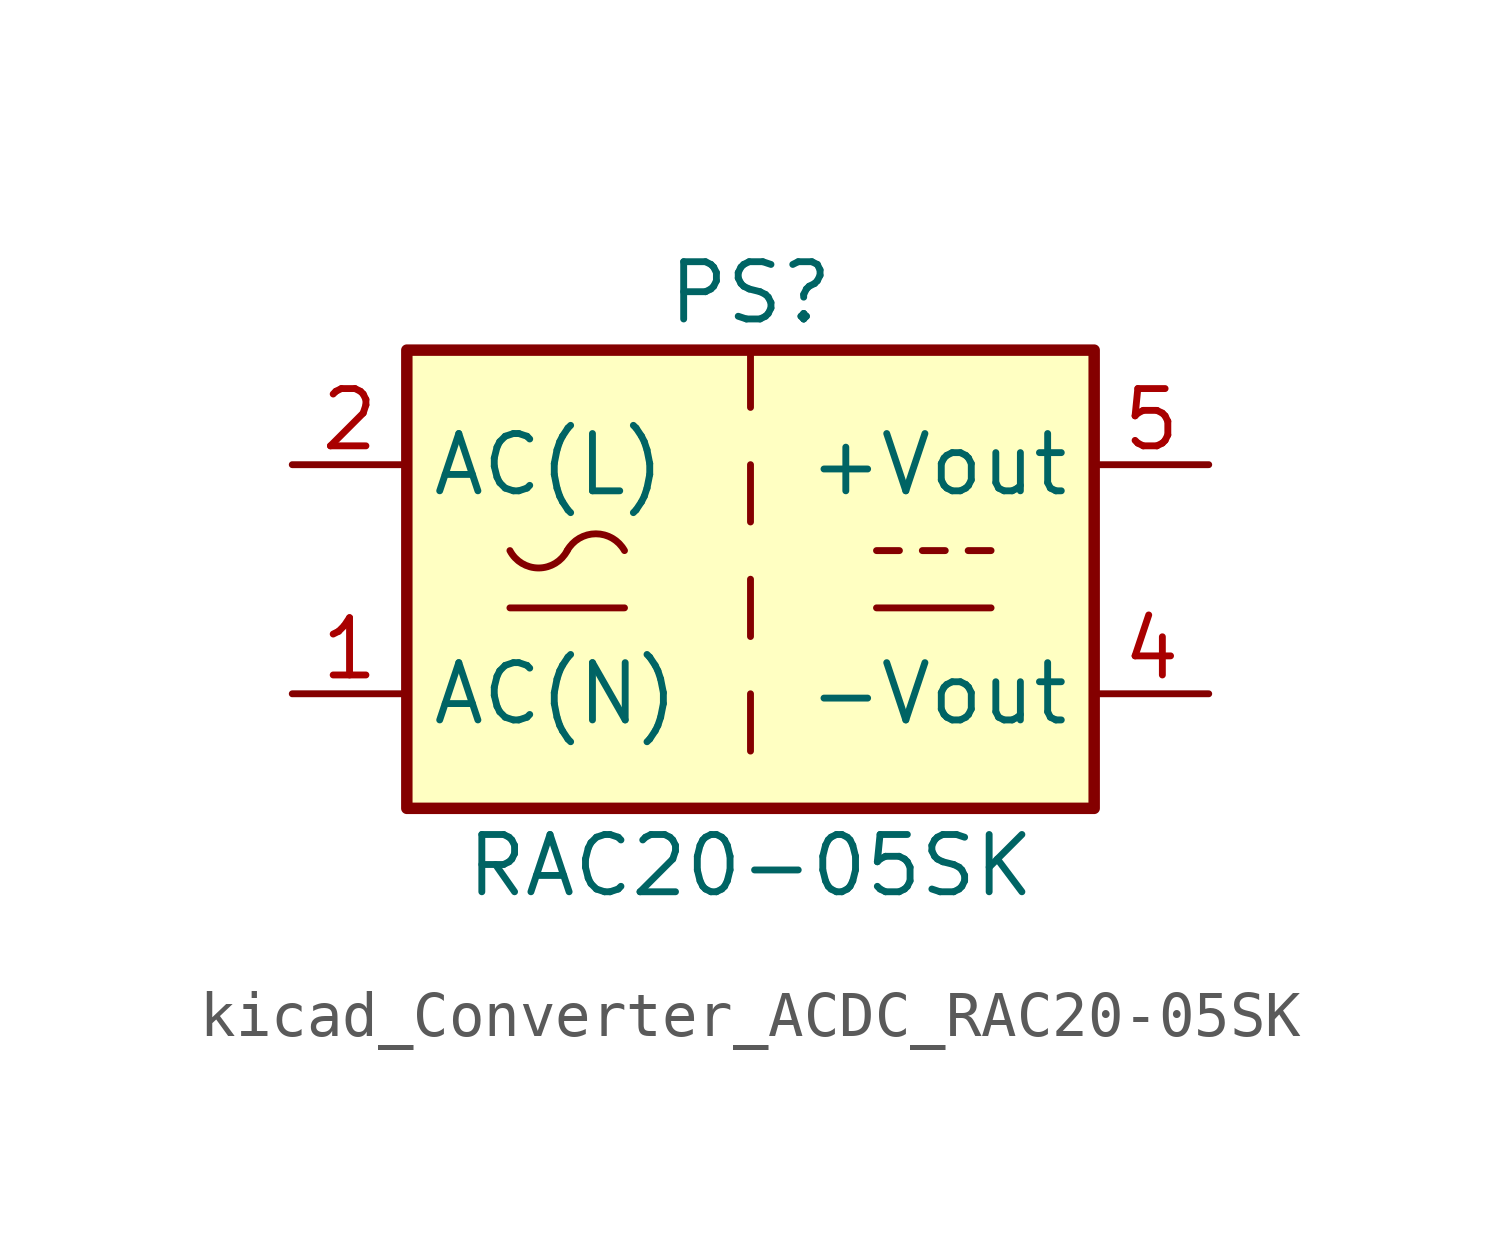
<source format=kicad_sym>
(kicad_symbol_lib
  (version 20220914)
  (generator kicad_symbol_editor)
  (symbol "kicad_Converter_ACDC_RAC20-05SK"
    (property "Reference" "PS"
      (at 0 6.35 0)
      (effects (font (size 1.27 1.27))))
    (property "Value" "RAC20-05SK"
      (at 0 -6.35 0)
      (effects (font (size 1.27 1.27))))
    (symbol "kicad_Converter_ACDC_RAC20-05SK_1_1"
      (rectangle (start -7.62 5.08) (end 7.62 -5.08) (stroke (width 0.254) (type default)) (fill (type background)))
      (arc (start -5.334 0.635) (mid -4.699 0.2495) (end -4.064 0.635) (stroke (width 0) (type default)) (fill (type none)))
      (arc (start -2.794 0.635) (mid -3.429 1.0072) (end -4.064 0.635) (stroke (width 0) (type default)) (fill (type none)))
      (polyline (pts (xy -5.334 -0.635) (xy -2.794 -0.635)) (stroke (width 0) (type default)) (fill (type none)))
      (polyline (pts (xy 0 -2.54) (xy 0 -3.81)) (stroke (width 0) (type default)) (fill (type none)))
      (polyline (pts (xy 0 0) (xy 0 -1.27)) (stroke (width 0) (type default)) (fill (type none)))
      (polyline (pts (xy 0 2.54) (xy 0 1.27)) (stroke (width 0) (type default)) (fill (type none)))
      (polyline (pts (xy 0 5.08) (xy 0 3.81)) (stroke (width 0) (type default)) (fill (type none)))
      (polyline (pts (xy 2.794 -0.635) (xy 5.334 -0.635)) (stroke (width 0) (type default)) (fill (type none)))
      (polyline (pts (xy 2.794 0.635) (xy 3.302 0.635)) (stroke (width 0) (type default)) (fill (type none)))
      (polyline (pts (xy 3.81 0.635) (xy 4.318 0.635)) (stroke (width 0) (type default)) (fill (type none)))
      (polyline (pts (xy 4.826 0.635) (xy 5.334 0.635)) (stroke (width 0) (type default)) (fill (type none)))
      (pin power_in line (at -10.16 -2.54 0) (length 2.54) (name "AC(N)" (effects (font (size 1.27 1.27)))) (number "1" (effects (font (size 1.27 1.27)))))
      (pin power_in line (at -10.16 2.54 0) (length 2.54) (name "AC(L)" (effects (font (size 1.27 1.27)))) (number "2" (effects (font (size 1.27 1.27)))))
      (pin power_out line (at 10.16 -2.54 180) (length 2.54) (name "-Vout" (effects (font (size 1.27 1.27)))) (number "4" (effects (font (size 1.27 1.27)))))
      (pin power_out line (at 10.16 2.54 180) (length 2.54) (name "+Vout" (effects (font (size 1.27 1.27)))) (number "5" (effects (font (size 1.27 1.27))))))))
</source>
